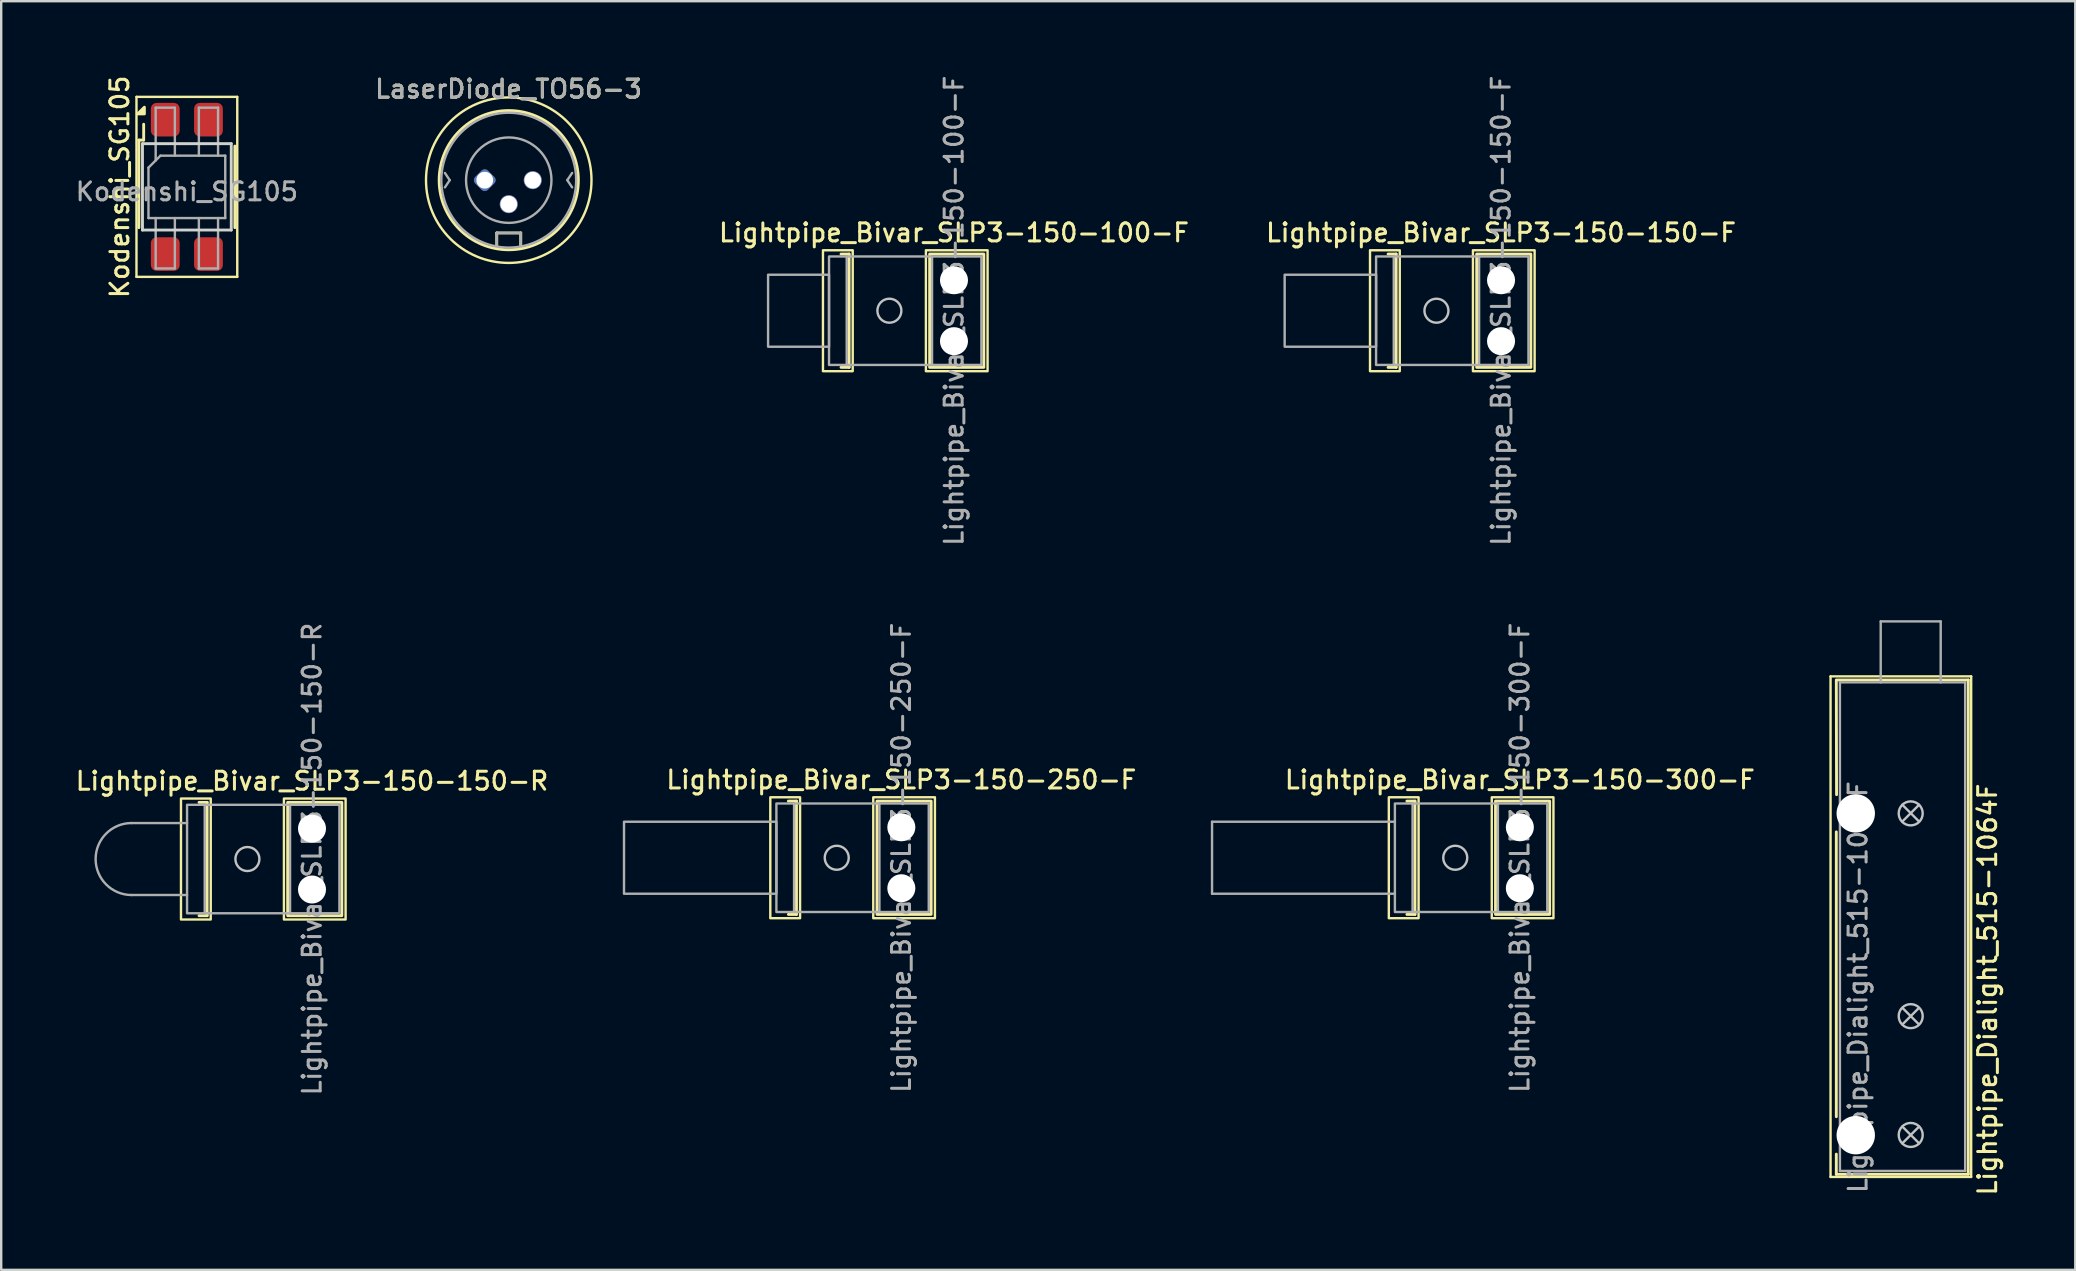
<source format=kicad_pcb>
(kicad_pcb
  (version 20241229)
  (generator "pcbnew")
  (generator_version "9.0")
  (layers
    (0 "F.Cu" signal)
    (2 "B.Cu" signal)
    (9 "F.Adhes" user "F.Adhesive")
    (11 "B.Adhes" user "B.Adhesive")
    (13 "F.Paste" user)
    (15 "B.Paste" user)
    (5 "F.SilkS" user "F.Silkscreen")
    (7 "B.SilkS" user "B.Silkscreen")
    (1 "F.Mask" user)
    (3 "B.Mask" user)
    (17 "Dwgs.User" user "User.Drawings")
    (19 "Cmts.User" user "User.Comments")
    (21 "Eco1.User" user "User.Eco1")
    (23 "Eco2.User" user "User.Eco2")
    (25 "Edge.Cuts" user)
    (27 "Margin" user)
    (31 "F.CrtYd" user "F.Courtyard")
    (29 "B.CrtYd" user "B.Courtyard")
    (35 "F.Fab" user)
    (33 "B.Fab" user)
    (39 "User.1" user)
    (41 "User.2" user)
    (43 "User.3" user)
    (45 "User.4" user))
  (footprint "Lightpipe_Bivar_SLP3-150-100-F"
    (layer "F.Cu")
    (at 36.705 9.898)
    (property "Reference" "Lightpipe_Bivar_SLP3-150-100-F" (at 0 -3.25 0) (layer "F.SilkS") (effects (font (size 0.75 0.75) (thickness 0.125))))
    (fp_line (start -4.707 -2.361) (end -4.37 -2.361) (stroke (width 0.12) (type default)) (layer "F.SilkS"))
    (fp_line (start -4.37 -2.361) (end -4.37 2.361) (stroke (width 0.12) (type default)) (layer "F.SilkS"))
    (fp_line (start -4.37 2.361) (end -4.707 2.361) (stroke (width 0.12) (type default)) (layer "F.SilkS"))
    (fp_rect (start -5.46 -2.52) (end -4.22 2.52) (stroke (width 0.1) (type solid)) (fill no) (layer "F.SilkS"))
    (fp_rect (start -1.17 -2.52) (end 1.4 2.52) (stroke (width 0.1) (type solid)) (fill no) (layer "F.SilkS"))
    (fp_rect (start -1.014 2.361) (end 1.243 -2.361) (stroke (width 0.12) (type solid)) (fill no) (layer "F.SilkS"))
    (fp_circle (center -2.692 0) (end -2.192 0) (stroke (width 0.1) (type solid)) (fill no) (layer "Dwgs.User"))
    (fp_line (start -4.47 -2.261) (end -0.914 -2.261) (stroke (width 0.1) (type solid)) (layer "F.Fab"))
    (fp_line (start -4.47 2.261) (end -0.914 2.261) (stroke (width 0.1) (type solid)) (layer "F.Fab"))
    (fp_rect (start -5.207 -2.261) (end -4.47 2.261) (stroke (width 0.1) (type solid)) (fill no) (layer "F.Fab"))
    (fp_rect (start -5.207 -1.5) (end -7.747 1.5) (stroke (width 0.1) (type solid)) (fill no) (layer "F.Fab"))
    (fp_rect (start -0.914 -2.261) (end 1.143 2.261) (stroke (width 0.1) (type solid)) (fill no) (layer "F.Fab"))
    (fp_text user "${REFERENCE}" (at 0 0 90) (layer "F.Fab") (effects (font (size 0.75 0.75) (thickness 0.125))))
    (pad "" np_thru_hole circle (at 0 -1.27) (size 1.168 1.168) (drill 1.168) (layers "*.Cu" "*.Mask"))
    (pad "" np_thru_hole circle (at 0 1.27) (size 1.168 1.168) (drill 1.168) (layers "*.Cu" "*.Mask")))
  (footprint "Lightpipe_Bivar_SLP3-150-150-F"
    (layer "F.Cu")
    (at 59.502 9.898)
    (property "Reference" "Lightpipe_Bivar_SLP3-150-150-F" (at 0 -3.25 0) (layer "F.SilkS") (effects (font (size 0.75 0.75) (thickness 0.125))))
    (fp_line (start -4.707 -2.361) (end -4.37 -2.361) (stroke (width 0.12) (type default)) (layer "F.SilkS"))
    (fp_line (start -4.37 -2.361) (end -4.37 2.361) (stroke (width 0.12) (type default)) (layer "F.SilkS"))
    (fp_line (start -4.37 2.361) (end -4.707 2.361) (stroke (width 0.12) (type default)) (layer "F.SilkS"))
    (fp_rect (start -5.46 -2.52) (end -4.22 2.52) (stroke (width 0.1) (type solid)) (fill no) (layer "F.SilkS"))
    (fp_rect (start -1.17 -2.52) (end 1.4 2.52) (stroke (width 0.1) (type solid)) (fill no) (layer "F.SilkS"))
    (fp_rect (start -1.014 2.361) (end 1.243 -2.361) (stroke (width 0.12) (type solid)) (fill no) (layer "F.SilkS"))
    (fp_circle (center -2.692 0) (end -2.192 0) (stroke (width 0.1) (type solid)) (fill no) (layer "Dwgs.User"))
    (fp_line (start -4.47 -2.261) (end -0.914 -2.261) (stroke (width 0.1) (type solid)) (layer "F.Fab"))
    (fp_line (start -4.47 2.261) (end -0.914 2.261) (stroke (width 0.1) (type solid)) (layer "F.Fab"))
    (fp_rect (start -5.207 -2.261) (end -4.47 2.261) (stroke (width 0.1) (type solid)) (fill no) (layer "F.Fab"))
    (fp_rect (start -5.207 -1.5) (end -9.017 1.5) (stroke (width 0.1) (type solid)) (fill no) (layer "F.Fab"))
    (fp_rect (start -0.914 -2.261) (end 1.143 2.261) (stroke (width 0.1) (type solid)) (fill no) (layer "F.Fab"))
    (fp_text user "${REFERENCE}" (at 0 0 90) (layer "F.Fab") (effects (font (size 0.75 0.75) (thickness 0.125))))
    (pad "" np_thru_hole circle (at 0 -1.27) (size 1.168 1.168) (drill 1.168) (layers "*.Cu" "*.Mask"))
    (pad "" np_thru_hole circle (at 0 1.27) (size 1.168 1.168) (drill 1.168) (layers "*.Cu" "*.Mask")))
  (footprint "Lightpipe_Bivar_SLP3-150-250-F"
    (layer "F.Cu")
    (at 34.511 32.695)
    (property "Reference" "Lightpipe_Bivar_SLP3-150-250-F" (at 0 -3.25 0) (layer "F.SilkS") (effects (font (size 0.75 0.75) (thickness 0.125))))
    (fp_line (start -4.707 -2.361) (end -4.37 -2.361) (stroke (width 0.12) (type default)) (layer "F.SilkS"))
    (fp_line (start -4.37 -2.361) (end -4.37 2.361) (stroke (width 0.12) (type default)) (layer "F.SilkS"))
    (fp_line (start -4.37 2.361) (end -4.707 2.361) (stroke (width 0.12) (type default)) (layer "F.SilkS"))
    (fp_rect (start -5.46 -2.52) (end -4.22 2.52) (stroke (width 0.1) (type solid)) (fill no) (layer "F.SilkS"))
    (fp_rect (start -1.17 -2.52) (end 1.4 2.52) (stroke (width 0.1) (type solid)) (fill no) (layer "F.SilkS"))
    (fp_rect (start -1.014 2.361) (end 1.243 -2.361) (stroke (width 0.12) (type solid)) (fill no) (layer "F.SilkS"))
    (fp_circle (center -2.692 0) (end -2.192 0) (stroke (width 0.1) (type solid)) (fill no) (layer "Dwgs.User"))
    (fp_line (start -4.47 -2.261) (end -0.914 -2.261) (stroke (width 0.1) (type solid)) (layer "F.Fab"))
    (fp_line (start -4.47 2.261) (end -0.914 2.261) (stroke (width 0.1) (type solid)) (layer "F.Fab"))
    (fp_rect (start -5.207 -2.261) (end -4.47 2.261) (stroke (width 0.1) (type solid)) (fill no) (layer "F.Fab"))
    (fp_rect (start -5.207 -1.5) (end -11.557 1.5) (stroke (width 0.1) (type solid)) (fill no) (layer "F.Fab"))
    (fp_rect (start -0.914 -2.261) (end 1.143 2.261) (stroke (width 0.1) (type solid)) (fill no) (layer "F.Fab"))
    (fp_text user "${REFERENCE}" (at 0 0 90) (layer "F.Fab") (effects (font (size 0.75 0.75) (thickness 0.125))))
    (pad "" np_thru_hole circle (at 0 -1.27) (size 1.168 1.168) (drill 1.168) (layers "*.Cu" "*.Mask"))
    (pad "" np_thru_hole circle (at 0 1.27) (size 1.168 1.168) (drill 1.168) (layers "*.Cu" "*.Mask")))
  (footprint "Lightpipe_Bivar_SLP3-150-300-F"
    (layer "F.Cu")
    (at 60.286 32.695)
    (property "Reference" "Lightpipe_Bivar_SLP3-150-300-F" (at 0 -3.25 0) (layer "F.SilkS") (effects (font (size 0.75 0.75) (thickness 0.125))))
    (fp_line (start -4.707 -2.361) (end -4.37 -2.361) (stroke (width 0.12) (type default)) (layer "F.SilkS"))
    (fp_line (start -4.37 -2.361) (end -4.37 2.361) (stroke (width 0.12) (type default)) (layer "F.SilkS"))
    (fp_line (start -4.37 2.361) (end -4.707 2.361) (stroke (width 0.12) (type default)) (layer "F.SilkS"))
    (fp_rect (start -5.46 -2.52) (end -4.22 2.52) (stroke (width 0.1) (type solid)) (fill no) (layer "F.SilkS"))
    (fp_rect (start -1.17 -2.52) (end 1.4 2.52) (stroke (width 0.1) (type solid)) (fill no) (layer "F.SilkS"))
    (fp_rect (start -1.014 2.361) (end 1.243 -2.361) (stroke (width 0.12) (type solid)) (fill no) (layer "F.SilkS"))
    (fp_circle (center -2.692 0) (end -2.192 0) (stroke (width 0.1) (type solid)) (fill no) (layer "Dwgs.User"))
    (fp_line (start -12.827 -1.5) (end -12.827 1.5) (stroke (width 0.1) (type default)) (layer "F.Fab"))
    (fp_line (start -12.827 -1.5) (end -5.207 -1.5) (stroke (width 0.1) (type solid)) (layer "F.Fab"))
    (fp_line (start -12.827 1.5) (end -5.207 1.5) (stroke (width 0.1) (type solid)) (layer "F.Fab"))
    (fp_line (start -4.47 -2.261) (end -0.914 -2.261) (stroke (width 0.1) (type solid)) (layer "F.Fab"))
    (fp_line (start -4.47 2.261) (end -0.914 2.261) (stroke (width 0.1) (type solid)) (layer "F.Fab"))
    (fp_rect (start -5.207 -2.261) (end -4.47 2.261) (stroke (width 0.1) (type solid)) (fill no) (layer "F.Fab"))
    (fp_rect (start -0.914 -2.261) (end 1.143 2.261) (stroke (width 0.1) (type solid)) (fill no) (layer "F.Fab"))
    (fp_text user "${REFERENCE}" (at 0 0 90) (layer "F.Fab") (effects (font (size 0.75 0.75) (thickness 0.125))))
    (pad "" np_thru_hole circle (at 0 -1.27) (size 1.168 1.168) (drill 1.168) (layers "*.Cu" "*.Mask"))
    (pad "" np_thru_hole circle (at 0 1.27) (size 1.168 1.168) (drill 1.168) (layers "*.Cu" "*.Mask")))
  (footprint "Lightpipe_Dialight_515-1064F"
    (layer "F.Cu")
    (at 76.574 25.386)
    (property "Reference" "Lightpipe_Dialight_515-1064F" (at 3.2 12.8 270) (layer "F.SilkS") (effects (font (size 0.75 0.75) (thickness 0.125))))
    (attr exclude_from_pos_files exclude_from_bom)
    (fp_line (start -3.34 -0.25) (end 2.52 -0.25) (stroke (width 0.1) (type solid)) (layer "F.SilkS"))
    (fp_line (start -3.34 20.61) (end -3.34 -0.25) (stroke (width 0.1) (type solid)) (layer "F.SilkS"))
    (fp_line (start -3.1 -0.1) (end 2.4 -0.1) (stroke (width 0.12) (type solid)) (layer "F.SilkS"))
    (fp_line (start -3.1 -0.08) (end -3.09 4.68) (stroke (width 0.12) (type solid)) (layer "F.SilkS"))
    (fp_line (start -3.1 6.23) (end -3.1 18.1) (stroke (width 0.12) (type solid)) (layer "F.SilkS"))
    (fp_line (start -3.1 20.5) (end -3.1 19.66) (stroke (width 0.12) (type solid)) (layer "F.SilkS"))
    (fp_line (start -3.1 20.5) (end 2.4 20.5) (stroke (width 0.12) (type solid)) (layer "F.SilkS"))
    (fp_line (start 2.4 20.49) (end 2.4 -0.1) (stroke (width 0.12) (type solid)) (layer "F.SilkS"))
    (fp_line (start 2.52 -0.25) (end 2.52 20.61) (stroke (width 0.1) (type solid)) (layer "F.SilkS"))
    (fp_line (start 2.52 20.61) (end -3.34 20.61) (stroke (width 0.1) (type solid)) (layer "F.SilkS"))
    (fp_line (start 0.325 13.585) (end -0.325 14.235) (stroke (width 0.1) (type solid)) (layer "Dwgs.User"))
    (fp_line (start 0.325 14.235) (end -0.325 13.585) (stroke (width 0.1) (type solid)) (layer "Dwgs.User"))
    (fp_line (start 0.35 5.1) (end -0.35 5.8) (stroke (width 0.1) (type solid)) (layer "Dwgs.User"))
    (fp_line (start 0.35 5.8) (end -0.35 5.1) (stroke (width 0.1) (type solid)) (layer "Dwgs.User"))
    (fp_line (start 0.35 18.51) (end -0.35 19.21) (stroke (width 0.1) (type solid)) (layer "Dwgs.User"))
    (fp_line (start 0.35 19.21) (end -0.35 18.51) (stroke (width 0.1) (type solid)) (layer "Dwgs.User"))
    (fp_circle (center 0 5.46) (end 0.5 5.46) (stroke (width 0.1) (type solid)) (fill no) (layer "Dwgs.User"))
    (fp_circle (center 0 13.91) (end 0.5 13.91) (stroke (width 0.1) (type solid)) (fill no) (layer "Dwgs.User"))
    (fp_circle (center 0 18.86) (end 0.5 18.86) (stroke (width 0.1) (type solid)) (fill no) (layer "Dwgs.User"))
    (fp_line (start -2.95 0) (end 2.27 0) (stroke (width 0.1) (type solid)) (layer "F.Fab"))
    (fp_line (start -2.95 20.36) (end -2.95 0) (stroke (width 0.1) (type solid)) (layer "F.Fab"))
    (fp_line (start -1.25 -2.54) (end -1.25 0) (stroke (width 0.1) (type solid)) (layer "F.Fab"))
    (fp_line (start 1.25 -2.54) (end -1.25 -2.54) (stroke (width 0.1) (type solid)) (layer "F.Fab"))
    (fp_line (start 1.25 0) (end 1.25 -2.54) (stroke (width 0.1) (type solid)) (layer "F.Fab"))
    (fp_line (start 2.27 0) (end 2.27 20.36) (stroke (width 0.1) (type solid)) (layer "F.Fab"))
    (fp_line (start 2.27 20.36) (end -2.95 20.36) (stroke (width 0.1) (type solid)) (layer "F.Fab"))
    (fp_text user "${REFERENCE}" (at -2.2 12.7 270) (layer "F.Fab") (effects (font (size 0.75 0.75) (thickness 0.125))))
    (pad "" np_thru_hole circle (at -2.29 5.46 180) (size 1.6 1.6) (drill 1.6) (layers "*.Cu"))
    (pad "" np_thru_hole circle (at -2.29 18.87 180) (size 1.6 1.6) (drill 1.6) (layers "*.Cu")))
  (footprint "Kodenshi_SG105"
    (layer "F.Cu")
    (at 4.737 4.737)
    (property "Reference" "Kodenshi_SG105" (at -2.8 0 90) (layer "F.SilkS") (effects (font (size 0.75 0.75) (thickness 0.125))))
    (attr smd)
    (fp_line (start -2.1 -3.75) (end -2.1 3.75) (stroke (width 0.1) (type solid)) (layer "F.SilkS"))
    (fp_line (start -2.1 -3.75) (end 2.1 -3.75) (stroke (width 0.1) (type solid)) (layer "F.SilkS"))
    (fp_line (start -2 -1.95) (end -1.8 -1.95) (stroke (width 0.12) (type solid)) (layer "F.SilkS"))
    (fp_line (start -2 1.7) (end -2 -1.95) (stroke (width 0.12) (type solid)) (layer "F.SilkS"))
    (fp_line (start -1.8 -1.95) (end -1.8 -2.61) (stroke (width 0.12) (type solid)) (layer "F.SilkS"))
    (fp_line (start 2 1.7) (end 2 -1.7) (stroke (width 0.12) (type solid)) (layer "F.SilkS"))
    (fp_line (start 2.1 3.75) (end -2.1 3.75) (stroke (width 0.1) (type solid)) (layer "F.SilkS"))
    (fp_line (start 2.1 3.75) (end 2.1 -3.75) (stroke (width 0.1) (type solid)) (layer "F.SilkS"))
    (fp_poly (pts (xy -1.77 -3.04) (xy -2.05 -3.04) (xy -1.77 -3.32) (xy -1.77 -3.04)) (stroke (width 0.12) (type solid)) (fill yes) (layer "F.SilkS"))
    (fp_line (start -1.85 -1.8) (end 1.85 -1.8) (stroke (width 0.12) (type solid)) (layer "Edge.Cuts"))
    (fp_line (start -1.85 1.8) (end -1.85 -1.8) (stroke (width 0.12) (type solid)) (layer "Edge.Cuts"))
    (fp_line (start 1.85 -1.8) (end 1.85 1.8) (stroke (width 0.12) (type solid)) (layer "Edge.Cuts"))
    (fp_line (start 1.85 1.8) (end -1.85 1.8) (stroke (width 0.12) (type solid)) (layer "Edge.Cuts"))
    (fp_line (start -1.6 -0.8) (end -1.1 -1.3) (stroke (width 0.1) (type solid)) (layer "F.Fab"))
    (fp_line (start -1.6 1.3) (end -1.6 -0.8) (stroke (width 0.1) (type solid)) (layer "F.Fab"))
    (fp_line (start -1.3 -3.3) (end -1.3 -1.1) (stroke (width 0.1) (type solid)) (layer "F.Fab"))
    (fp_line (start -1.3 -3.3) (end -0.5 -3.3) (stroke (width 0.1) (type solid)) (layer "F.Fab"))
    (fp_line (start -1.3 3.4) (end -1.3 1.3) (stroke (width 0.1) (type solid)) (layer "F.Fab"))
    (fp_line (start -1.1 -1.3) (end 1.6 -1.3) (stroke (width 0.1) (type solid)) (layer "F.Fab"))
    (fp_line (start -0.5 -3.3) (end -0.5 -1.3) (stroke (width 0.1) (type solid)) (layer "F.Fab"))
    (fp_line (start -0.5 1.3) (end -0.5 3.4) (stroke (width 0.1) (type solid)) (layer "F.Fab"))
    (fp_line (start -0.5 3.4) (end -1.3 3.4) (stroke (width 0.1) (type solid)) (layer "F.Fab"))
    (fp_line (start 0.5 -3.3) (end 1.3 -3.3) (stroke (width 0.1) (type solid)) (layer "F.Fab"))
    (fp_line (start 0.5 -1.3) (end 0.5 -3.3) (stroke (width 0.1) (type solid)) (layer "F.Fab"))
    (fp_line (start 0.5 1.3) (end 0.5 3.4) (stroke (width 0.1) (type solid)) (layer "F.Fab"))
    (fp_line (start 0.5 3.4) (end 1.3 3.4) (stroke (width 0.1) (type solid)) (layer "F.Fab"))
    (fp_line (start 1.3 -3.3) (end 1.3 -1.3) (stroke (width 0.1) (type solid)) (layer "F.Fab"))
    (fp_line (start 1.3 3.4) (end 1.3 1.3) (stroke (width 0.1) (type solid)) (layer "F.Fab"))
    (fp_line (start 1.6 -1.3) (end 1.6 1.3) (stroke (width 0.1) (type solid)) (layer "F.Fab"))
    (fp_line (start 1.6 1.3) (end -1.6 1.3) (stroke (width 0.1) (type solid)) (layer "F.Fab"))
    (fp_text user "${REFERENCE}" (at 0 0.2 0) (layer "F.Fab") (effects (font (size 0.75 0.75) (thickness 0.125))))
    (pad "1" smd roundrect (at -0.9 -2.8) (size 1.2 1.4) (layers "F.Cu" "F.Mask" "F.Paste") (roundrect_rratio 0.2))
    (pad "2" smd roundrect (at -0.9 2.8) (size 1.2 1.4) (layers "F.Cu" "F.Mask" "F.Paste") (roundrect_rratio 0.2))
    (pad "3" smd roundrect (at 0.9 2.8) (size 1.2 1.4) (layers "F.Cu" "F.Mask" "F.Paste") (roundrect_rratio 0.2))
    (pad "4" smd roundrect (at 0.9 -2.8) (size 1.2 1.4) (layers "F.Cu" "F.Mask" "F.Paste") (roundrect_rratio 0.2)))
  (footprint "LaserDiode_TO56-3"
    (layer "F.Cu")
    (at 17.151 4.458)
    (property "Reference" "LaserDiode_TO56-3" (at 0.99 -3.8 0) (layer "F.SilkS") (effects (font (size 0.75 0.75) (thickness 0.125))))
    (attr through_hole)
    (fp_line (start 0.5 2.2) (end 1.5 2.2) (stroke (width 0.12) (type solid)) (layer "F.SilkS"))
    (fp_line (start 0.5 2.85) (end 0.5 2.2) (stroke (width 0.12) (type solid)) (layer "F.SilkS"))
    (fp_line (start 1.5 2.2) (end 1.5 2.85) (stroke (width 0.12) (type solid)) (layer "F.SilkS"))
    (fp_circle (center 1 0) (end 3.9 0) (stroke (width 0.12) (type solid)) (fill no) (layer "F.SilkS"))
    (fp_circle (center 1 0) (end 4.3 1) (stroke (width 0.1) (type solid)) (fill no) (layer "F.SilkS"))
    (fp_line (start -1.66 -0.3) (end -1.46 0) (stroke (width 0.1) (type solid)) (layer "F.Fab"))
    (fp_line (start -1.46 0) (end -1.66 0.3) (stroke (width 0.1) (type solid)) (layer "F.Fab"))
    (fp_line (start 0.5 2.2) (end 1.5 2.2) (stroke (width 0.1) (type solid)) (layer "F.Fab"))
    (fp_line (start 0.5 2.7) (end 0.5 2.2) (stroke (width 0.1) (type solid)) (layer "F.Fab"))
    (fp_line (start 1.5 2.2) (end 1.5 2.7) (stroke (width 0.1) (type solid)) (layer "F.Fab"))
    (fp_line (start 3.44 0) (end 3.64 0.3) (stroke (width 0.1) (type solid)) (layer "F.Fab"))
    (fp_line (start 3.64 -0.3) (end 3.44 0) (stroke (width 0.1) (type solid)) (layer "F.Fab"))
    (fp_circle (center 1 0) (end 2.78 0) (stroke (width 0.1) (type solid)) (fill no) (layer "F.Fab"))
    (fp_circle (center 1 0) (end 3.81 0) (stroke (width 0.1) (type solid)) (fill no) (layer "F.Fab"))
    (fp_text user "${REFERENCE}" (at 0.99 -3.8 0) (layer "F.Fab") (effects (font (size 0.75 0.75) (thickness 0.125))))
    (pad "1" thru_hole roundrect (at 0 0 45) (size 0.75 0.75) (drill 0.7) (layers "*.Cu" "*.Mask") (roundrect_rratio 0.25))
    (pad "2" thru_hole circle (at 1 1) (size 0.75 0.75) (drill 0.7) (layers "*.Cu" "*.Mask"))
    (pad "3" thru_hole circle (at 2 0) (size 0.75 0.75) (drill 0.7) (layers "*.Cu" "*.Mask")))
  (footprint "Lightpipe_Bivar_SLP3-150-150-R"
    (layer "F.Cu")
    (at 9.952 32.748)
    (property "Reference" "Lightpipe_Bivar_SLP3-150-150-R" (at 0 -3.25 0) (layer "F.SilkS") (effects (font (size 0.75 0.75) (thickness 0.125))))
    (fp_line (start -4.707 -2.361) (end -4.37 -2.361) (stroke (width 0.12) (type default)) (layer "F.SilkS"))
    (fp_line (start -4.37 -2.361) (end -4.37 2.361) (stroke (width 0.12) (type default)) (layer "F.SilkS"))
    (fp_line (start -4.37 2.361) (end -4.707 2.361) (stroke (width 0.12) (type default)) (layer "F.SilkS"))
    (fp_rect (start -5.46 -2.52) (end -4.22 2.52) (stroke (width 0.1) (type solid)) (fill no) (layer "F.SilkS"))
    (fp_rect (start -1.17 -2.52) (end 1.4 2.52) (stroke (width 0.1) (type solid)) (fill no) (layer "F.SilkS"))
    (fp_rect (start -1.014 2.361) (end 1.243 -2.361) (stroke (width 0.12) (type solid)) (fill no) (layer "F.SilkS"))
    (fp_circle (center -2.692 0) (end -2.192 0) (stroke (width 0.1) (type solid)) (fill no) (layer "Dwgs.User"))
    (fp_line (start -7.517 -1.5) (end -5.207 -1.5) (stroke (width 0.1) (type solid)) (layer "F.Fab"))
    (fp_line (start -7.517 1.5) (end -5.207 1.5) (stroke (width 0.1) (type solid)) (layer "F.Fab"))
    (fp_line (start -4.47 -2.261) (end -0.914 -2.261) (stroke (width 0.1) (type solid)) (layer "F.Fab"))
    (fp_line (start -4.47 2.261) (end -0.914 2.261) (stroke (width 0.1) (type solid)) (layer "F.Fab"))
    (fp_rect (start -5.207 -2.261) (end -4.47 2.261) (stroke (width 0.1) (type solid)) (fill no) (layer "F.Fab"))
    (fp_rect (start -0.914 -2.261) (end 1.143 2.261) (stroke (width 0.1) (type solid)) (fill no) (layer "F.Fab"))
    (fp_arc (start -7.517 1.5) (mid -9.017 0) (end -7.517 -1.5) (stroke (width 0.1) (type solid)) (layer "F.Fab"))
    (fp_text user "${REFERENCE}" (at 0 0 90) (layer "F.Fab") (effects (font (size 0.75 0.75) (thickness 0.125))))
    (pad "" np_thru_hole circle (at 0 -1.27) (size 1.168 1.168) (drill 1.168) (layers "*.Cu" "*.Mask"))
    (pad "" np_thru_hole circle (at 0 1.27) (size 1.168 1.168) (drill 1.168) (layers "*.Cu" "*.Mask")))
  (gr_rect
    (start -3 -3)
    (end 83.432 49.87)
    (stroke (width 0.1) (type default))
    (fill no)
    (layer "Edge.Cuts")))
</source>
